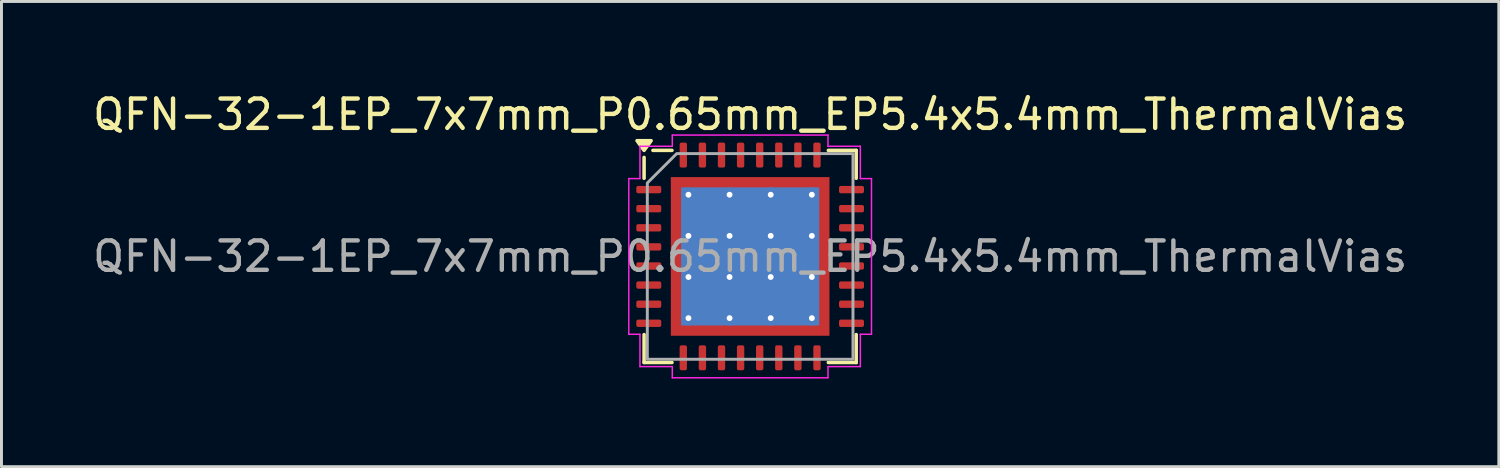
<source format=kicad_pcb>
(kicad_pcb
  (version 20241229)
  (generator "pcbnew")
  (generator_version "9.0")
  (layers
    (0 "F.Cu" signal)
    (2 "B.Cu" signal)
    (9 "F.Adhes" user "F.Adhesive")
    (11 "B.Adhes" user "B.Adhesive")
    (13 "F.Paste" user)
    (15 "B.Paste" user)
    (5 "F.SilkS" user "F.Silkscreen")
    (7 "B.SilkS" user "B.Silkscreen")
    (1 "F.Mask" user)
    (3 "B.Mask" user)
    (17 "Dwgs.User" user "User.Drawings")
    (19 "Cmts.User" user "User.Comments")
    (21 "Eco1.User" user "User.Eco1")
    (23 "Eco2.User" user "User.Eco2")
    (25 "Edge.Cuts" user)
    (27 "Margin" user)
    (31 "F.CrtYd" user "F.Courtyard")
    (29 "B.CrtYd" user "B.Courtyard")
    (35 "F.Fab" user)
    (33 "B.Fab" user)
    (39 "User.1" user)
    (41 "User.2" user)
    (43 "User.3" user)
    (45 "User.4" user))
  (footprint "QFN-32-1EP_7x7mm_P0.65mm_EP5.4x5.4mm_ThermalVias"
    (layer "F.Cu")
    (at 22.482 5.678)
    (property "Reference" "QFN-32-1EP_7x7mm_P0.65mm_EP5.4x5.4mm_ThermalVias" (at 0 -4.83 0) (layer "F.SilkS") (effects (font (size 1 1) (thickness 0.15))))
    (attr smd)
    (fp_line (start -3.61 -2.66) (end -3.61 -3.37) (stroke (width 0.12) (type solid)) (layer "F.SilkS"))
    (fp_line (start -3.61 3.61) (end -3.61 2.66) (stroke (width 0.12) (type solid)) (layer "F.SilkS"))
    (fp_line (start -2.66 -3.61) (end -3.31 -3.61) (stroke (width 0.12) (type solid)) (layer "F.SilkS"))
    (fp_line (start -2.66 3.61) (end -3.61 3.61) (stroke (width 0.12) (type solid)) (layer "F.SilkS"))
    (fp_line (start 2.66 -3.61) (end 3.61 -3.61) (stroke (width 0.12) (type solid)) (layer "F.SilkS"))
    (fp_line (start 2.66 3.61) (end 3.61 3.61) (stroke (width 0.12) (type solid)) (layer "F.SilkS"))
    (fp_line (start 3.61 -3.61) (end 3.61 -2.66) (stroke (width 0.12) (type solid)) (layer "F.SilkS"))
    (fp_line (start 3.61 3.61) (end 3.61 2.66) (stroke (width 0.12) (type solid)) (layer "F.SilkS"))
    (fp_poly (pts (xy -3.61 -3.61) (xy -3.85 -3.94) (xy -3.37 -3.94)) (stroke (width 0.12) (type solid)) (fill yes) (layer "F.SilkS"))
    (fp_line (start -4.13 -2.65) (end -3.75 -2.65) (stroke (width 0.05) (type solid)) (layer "F.CrtYd"))
    (fp_line (start -4.13 2.65) (end -4.13 -2.65) (stroke (width 0.05) (type solid)) (layer "F.CrtYd"))
    (fp_line (start -3.75 -3.75) (end -2.65 -3.75) (stroke (width 0.05) (type solid)) (layer "F.CrtYd"))
    (fp_line (start -3.75 -2.65) (end -3.75 -3.75) (stroke (width 0.05) (type solid)) (layer "F.CrtYd"))
    (fp_line (start -3.75 2.65) (end -4.13 2.65) (stroke (width 0.05) (type solid)) (layer "F.CrtYd"))
    (fp_line (start -3.75 3.75) (end -3.75 2.65) (stroke (width 0.05) (type solid)) (layer "F.CrtYd"))
    (fp_line (start -2.65 -4.13) (end 2.65 -4.13) (stroke (width 0.05) (type solid)) (layer "F.CrtYd"))
    (fp_line (start -2.65 -3.75) (end -2.65 -4.13) (stroke (width 0.05) (type solid)) (layer "F.CrtYd"))
    (fp_line (start -2.65 3.75) (end -3.75 3.75) (stroke (width 0.05) (type solid)) (layer "F.CrtYd"))
    (fp_line (start -2.65 4.13) (end -2.65 3.75) (stroke (width 0.05) (type solid)) (layer "F.CrtYd"))
    (fp_line (start 2.65 -4.13) (end 2.65 -3.75) (stroke (width 0.05) (type solid)) (layer "F.CrtYd"))
    (fp_line (start 2.65 -3.75) (end 3.75 -3.75) (stroke (width 0.05) (type solid)) (layer "F.CrtYd"))
    (fp_line (start 2.65 3.75) (end 2.65 4.13) (stroke (width 0.05) (type solid)) (layer "F.CrtYd"))
    (fp_line (start 2.65 4.13) (end -2.65 4.13) (stroke (width 0.05) (type solid)) (layer "F.CrtYd"))
    (fp_line (start 3.75 -3.75) (end 3.75 -2.65) (stroke (width 0.05) (type solid)) (layer "F.CrtYd"))
    (fp_line (start 3.75 -2.65) (end 4.13 -2.65) (stroke (width 0.05) (type solid)) (layer "F.CrtYd"))
    (fp_line (start 3.75 2.65) (end 3.75 3.75) (stroke (width 0.05) (type solid)) (layer "F.CrtYd"))
    (fp_line (start 3.75 3.75) (end 2.65 3.75) (stroke (width 0.05) (type solid)) (layer "F.CrtYd"))
    (fp_line (start 4.13 -2.65) (end 4.13 2.65) (stroke (width 0.05) (type solid)) (layer "F.CrtYd"))
    (fp_line (start 4.13 2.65) (end 3.75 2.65) (stroke (width 0.05) (type solid)) (layer "F.CrtYd"))
    (fp_poly (pts (xy -3.5 -2.5) (xy -3.5 3.5) (xy 3.5 3.5) (xy 3.5 -3.5) (xy -2.5 -3.5)) (stroke (width 0.1) (type solid)) (fill no) (layer "F.Fab"))
    (fp_text user "${REFERENCE}" (at 0 0 0) (layer "F.Fab") (effects (font (size 1 1) (thickness 0.15))))
    (pad "" smd roundrect (at -2.025 -2.025) (size 1.09 1.09) (layers "F.Paste") (roundrect_rratio 0.229))
    (pad "" smd roundrect (at -2.025 -0.675) (size 1.09 1.09) (layers "F.Paste") (roundrect_rratio 0.229))
    (pad "" smd roundrect (at -2.025 0.675) (size 1.09 1.09) (layers "F.Paste") (roundrect_rratio 0.229))
    (pad "" smd roundrect (at -2.025 2.025) (size 1.09 1.09) (layers "F.Paste") (roundrect_rratio 0.229))
    (pad "" smd roundrect (at -0.675 -2.025) (size 1.09 1.09) (layers "F.Paste") (roundrect_rratio 0.229))
    (pad "" smd roundrect (at -0.675 -0.675) (size 1.09 1.09) (layers "F.Paste") (roundrect_rratio 0.229))
    (pad "" smd roundrect (at -0.675 0.675) (size 1.09 1.09) (layers "F.Paste") (roundrect_rratio 0.229))
    (pad "" smd roundrect (at -0.675 2.025) (size 1.09 1.09) (layers "F.Paste") (roundrect_rratio 0.229))
    (pad "" smd roundrect (at 0.675 -2.025) (size 1.09 1.09) (layers "F.Paste") (roundrect_rratio 0.229))
    (pad "" smd roundrect (at 0.675 -0.675) (size 1.09 1.09) (layers "F.Paste") (roundrect_rratio 0.229))
    (pad "" smd roundrect (at 0.675 0.675) (size 1.09 1.09) (layers "F.Paste") (roundrect_rratio 0.229))
    (pad "" smd roundrect (at 0.675 2.025) (size 1.09 1.09) (layers "F.Paste") (roundrect_rratio 0.229))
    (pad "" smd roundrect (at 2.025 -2.025) (size 1.09 1.09) (layers "F.Paste") (roundrect_rratio 0.229))
    (pad "" smd roundrect (at 2.025 -0.675) (size 1.09 1.09) (layers "F.Paste") (roundrect_rratio 0.229))
    (pad "" smd roundrect (at 2.025 0.675) (size 1.09 1.09) (layers "F.Paste") (roundrect_rratio 0.229))
    (pad "" smd roundrect (at 2.025 2.025) (size 1.09 1.09) (layers "F.Paste") (roundrect_rratio 0.229))
    (pad "1" smd roundrect (at -3.45 -2.275) (size 0.85 0.25) (layers "F.Cu" "F.Mask" "F.Paste") (roundrect_rratio 0.25))
    (pad "2" smd roundrect (at -3.45 -1.625) (size 0.85 0.25) (layers "F.Cu" "F.Mask" "F.Paste") (roundrect_rratio 0.25))
    (pad "3" smd roundrect (at -3.45 -0.975) (size 0.85 0.25) (layers "F.Cu" "F.Mask" "F.Paste") (roundrect_rratio 0.25))
    (pad "4" smd roundrect (at -3.45 -0.325) (size 0.85 0.25) (layers "F.Cu" "F.Mask" "F.Paste") (roundrect_rratio 0.25))
    (pad "5" smd roundrect (at -3.45 0.325) (size 0.85 0.25) (layers "F.Cu" "F.Mask" "F.Paste") (roundrect_rratio 0.25))
    (pad "6" smd roundrect (at -3.45 0.975) (size 0.85 0.25) (layers "F.Cu" "F.Mask" "F.Paste") (roundrect_rratio 0.25))
    (pad "7" smd roundrect (at -3.45 1.625) (size 0.85 0.25) (layers "F.Cu" "F.Mask" "F.Paste") (roundrect_rratio 0.25))
    (pad "8" smd roundrect (at -3.45 2.275) (size 0.85 0.25) (layers "F.Cu" "F.Mask" "F.Paste") (roundrect_rratio 0.25))
    (pad "9" smd roundrect (at -2.275 3.45) (size 0.25 0.85) (layers "F.Cu" "F.Mask" "F.Paste") (roundrect_rratio 0.25))
    (pad "10" smd roundrect (at -1.625 3.45) (size 0.25 0.85) (layers "F.Cu" "F.Mask" "F.Paste") (roundrect_rratio 0.25))
    (pad "11" smd roundrect (at -0.975 3.45) (size 0.25 0.85) (layers "F.Cu" "F.Mask" "F.Paste") (roundrect_rratio 0.25))
    (pad "12" smd roundrect (at -0.325 3.45) (size 0.25 0.85) (layers "F.Cu" "F.Mask" "F.Paste") (roundrect_rratio 0.25))
    (pad "13" smd roundrect (at 0.325 3.45) (size 0.25 0.85) (layers "F.Cu" "F.Mask" "F.Paste") (roundrect_rratio 0.25))
    (pad "14" smd roundrect (at 0.975 3.45) (size 0.25 0.85) (layers "F.Cu" "F.Mask" "F.Paste") (roundrect_rratio 0.25))
    (pad "15" smd roundrect (at 1.625 3.45) (size 0.25 0.85) (layers "F.Cu" "F.Mask" "F.Paste") (roundrect_rratio 0.25))
    (pad "16" smd roundrect (at 2.275 3.45) (size 0.25 0.85) (layers "F.Cu" "F.Mask" "F.Paste") (roundrect_rratio 0.25))
    (pad "17" smd roundrect (at 3.45 2.275) (size 0.85 0.25) (layers "F.Cu" "F.Mask" "F.Paste") (roundrect_rratio 0.25))
    (pad "18" smd roundrect (at 3.45 1.625) (size 0.85 0.25) (layers "F.Cu" "F.Mask" "F.Paste") (roundrect_rratio 0.25))
    (pad "19" smd roundrect (at 3.45 0.975) (size 0.85 0.25) (layers "F.Cu" "F.Mask" "F.Paste") (roundrect_rratio 0.25))
    (pad "20" smd roundrect (at 3.45 0.325) (size 0.85 0.25) (layers "F.Cu" "F.Mask" "F.Paste") (roundrect_rratio 0.25))
    (pad "21" smd roundrect (at 3.45 -0.325) (size 0.85 0.25) (layers "F.Cu" "F.Mask" "F.Paste") (roundrect_rratio 0.25))
    (pad "22" smd roundrect (at 3.45 -0.975) (size 0.85 0.25) (layers "F.Cu" "F.Mask" "F.Paste") (roundrect_rratio 0.25))
    (pad "23" smd roundrect (at 3.45 -1.625) (size 0.85 0.25) (layers "F.Cu" "F.Mask" "F.Paste") (roundrect_rratio 0.25))
    (pad "24" smd roundrect (at 3.45 -2.275) (size 0.85 0.25) (layers "F.Cu" "F.Mask" "F.Paste") (roundrect_rratio 0.25))
    (pad "25" smd roundrect (at 2.275 -3.45) (size 0.25 0.85) (layers "F.Cu" "F.Mask" "F.Paste") (roundrect_rratio 0.25))
    (pad "26" smd roundrect (at 1.625 -3.45) (size 0.25 0.85) (layers "F.Cu" "F.Mask" "F.Paste") (roundrect_rratio 0.25))
    (pad "27" smd roundrect (at 0.975 -3.45) (size 0.25 0.85) (layers "F.Cu" "F.Mask" "F.Paste") (roundrect_rratio 0.25))
    (pad "28" smd roundrect (at 0.325 -3.45) (size 0.25 0.85) (layers "F.Cu" "F.Mask" "F.Paste") (roundrect_rratio 0.25))
    (pad "29" smd roundrect (at -0.325 -3.45) (size 0.25 0.85) (layers "F.Cu" "F.Mask" "F.Paste") (roundrect_rratio 0.25))
    (pad "30" smd roundrect (at -0.975 -3.45) (size 0.25 0.85) (layers "F.Cu" "F.Mask" "F.Paste") (roundrect_rratio 0.25))
    (pad "31" smd roundrect (at -1.625 -3.45) (size 0.25 0.85) (layers "F.Cu" "F.Mask" "F.Paste") (roundrect_rratio 0.25))
    (pad "32" smd roundrect (at -2.275 -3.45) (size 0.25 0.85) (layers "F.Cu" "F.Mask" "F.Paste") (roundrect_rratio 0.25))
    (pad "33" thru_hole circle (at -2.1 -2.1) (size 0.5 0.5) (drill 0.2) (property pad_prop_heatsink) (layers "*.Cu"))
    (pad "33" thru_hole circle (at -2.1 -0.7) (size 0.5 0.5) (drill 0.2) (property pad_prop_heatsink) (layers "*.Cu"))
    (pad "33" thru_hole circle (at -2.1 0.7) (size 0.5 0.5) (drill 0.2) (property pad_prop_heatsink) (layers "*.Cu"))
    (pad "33" thru_hole circle (at -2.1 2.1) (size 0.5 0.5) (drill 0.2) (property pad_prop_heatsink) (layers "*.Cu"))
    (pad "33" thru_hole circle (at -0.7 -2.1) (size 0.5 0.5) (drill 0.2) (property pad_prop_heatsink) (layers "*.Cu"))
    (pad "33" thru_hole circle (at -0.7 -0.7) (size 0.5 0.5) (drill 0.2) (property pad_prop_heatsink) (layers "*.Cu"))
    (pad "33" thru_hole circle (at -0.7 0.7) (size 0.5 0.5) (drill 0.2) (property pad_prop_heatsink) (layers "*.Cu"))
    (pad "33" thru_hole circle (at -0.7 2.1) (size 0.5 0.5) (drill 0.2) (property pad_prop_heatsink) (layers "*.Cu"))
    (pad "33" smd rect (at 0 0) (size 4.7 4.7) (property pad_prop_heatsink) (layers "B.Cu"))
    (pad "33" smd rect (at 0 0) (size 5.4 5.4) (property pad_prop_heatsink) (layers "F.Cu" "F.Mask"))
    (pad "33" thru_hole circle (at 0.7 -2.1) (size 0.5 0.5) (drill 0.2) (property pad_prop_heatsink) (layers "*.Cu"))
    (pad "33" thru_hole circle (at 0.7 -0.7) (size 0.5 0.5) (drill 0.2) (property pad_prop_heatsink) (layers "*.Cu"))
    (pad "33" thru_hole circle (at 0.7 0.7) (size 0.5 0.5) (drill 0.2) (property pad_prop_heatsink) (layers "*.Cu"))
    (pad "33" thru_hole circle (at 0.7 2.1) (size 0.5 0.5) (drill 0.2) (property pad_prop_heatsink) (layers "*.Cu"))
    (pad "33" thru_hole circle (at 2.1 -2.1) (size 0.5 0.5) (drill 0.2) (property pad_prop_heatsink) (layers "*.Cu"))
    (pad "33" thru_hole circle (at 2.1 -0.7) (size 0.5 0.5) (drill 0.2) (property pad_prop_heatsink) (layers "*.Cu"))
    (pad "33" thru_hole circle (at 2.1 0.7) (size 0.5 0.5) (drill 0.2) (property pad_prop_heatsink) (layers "*.Cu"))
    (pad "33" thru_hole circle (at 2.1 2.1) (size 0.5 0.5) (drill 0.2) (property pad_prop_heatsink) (layers "*.Cu")))
  (gr_rect
    (start -3 -3)
    (end 47.964 12.833)
    (stroke (width 0.1) (type default))
    (fill no)
    (layer "Edge.Cuts")))
</source>
